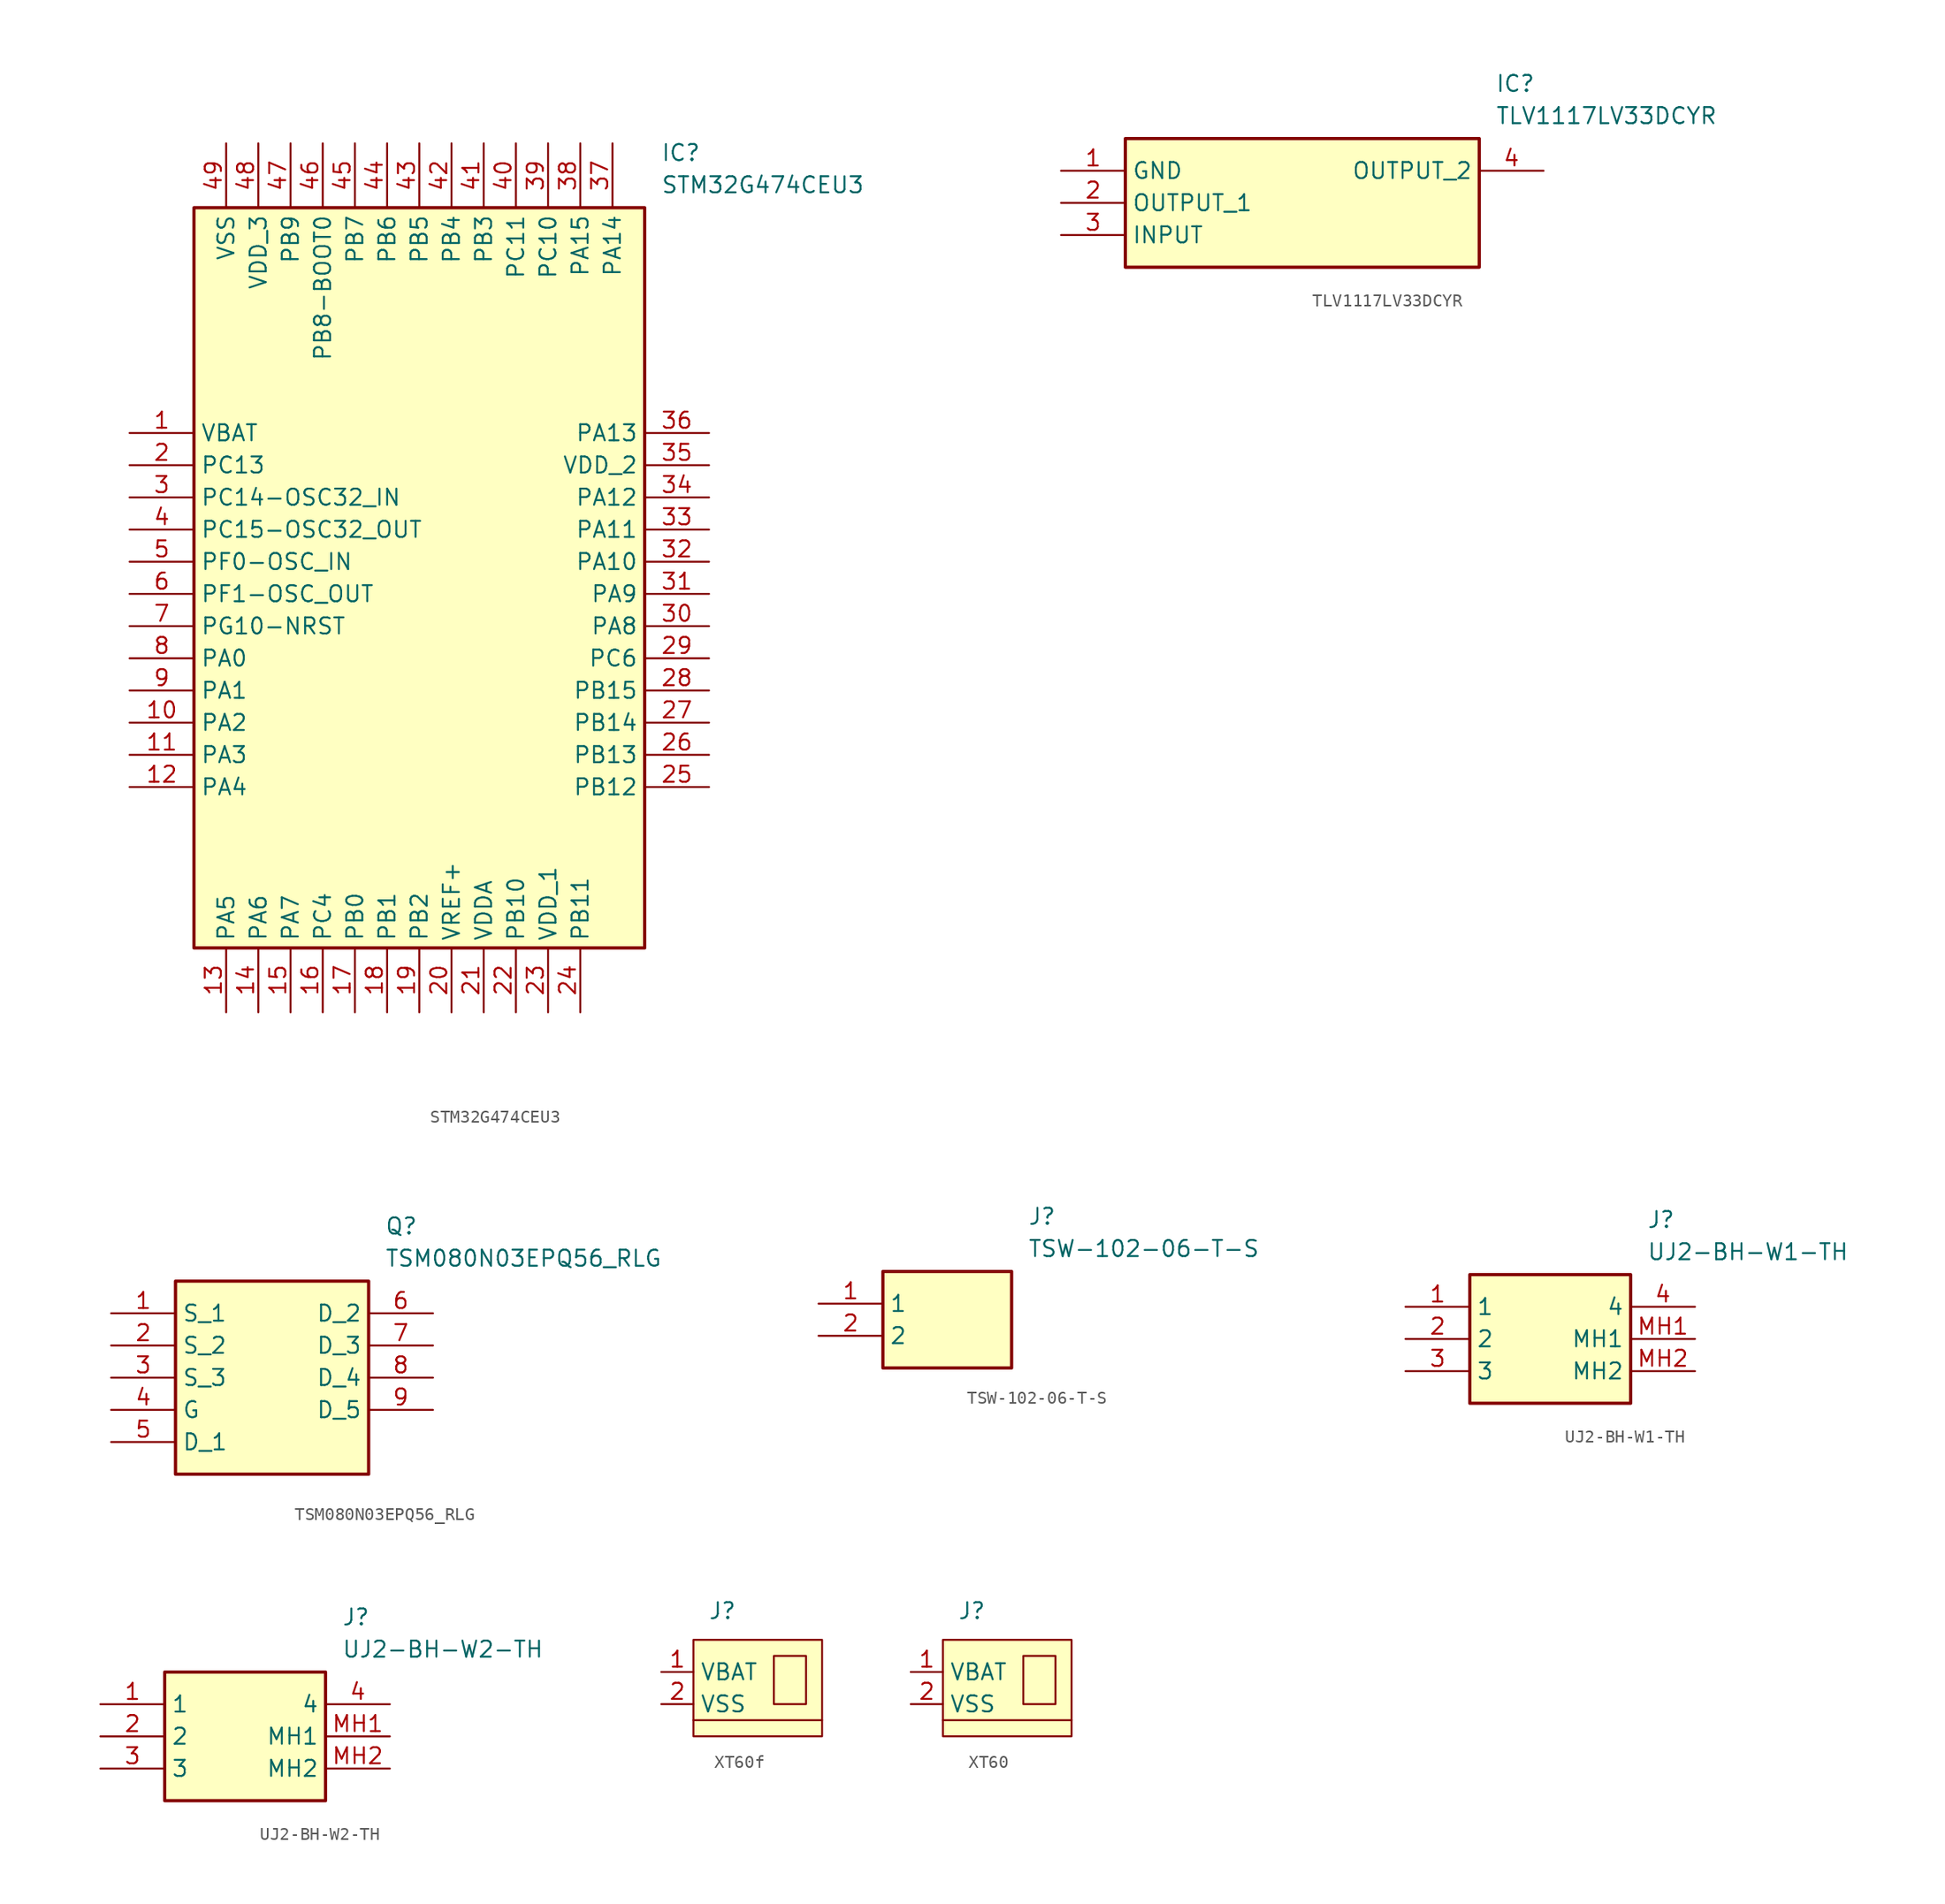
<source format=kicad_sym>
(kicad_symbol_lib
  (version 20231120)
  (generator "kicad_symbol_editor")
  (generator_version "8.0")
  (symbol "STM32G474CEU3"
    (property "Reference" "IC"
      (at 41.91 22.86 0)
      (effects (font (size 1.27 1.27)) (justify left top)))
    (property "Value" "STM32G474CEU3"
      (at 41.91 20.32 0)
      (effects (font (size 1.27 1.27)) (justify left top)))
    (symbol "STM32G474CEU3_1_1"
      (rectangle (start 5.08 17.78) (end 40.64 -40.64) (stroke (width 0.254) (type default)) (fill (type background)))
      (pin passive line (at 0 0 0) (length 5.08) (name "VBAT" (effects (font (size 1.27 1.27)))) (number "1" (effects (font (size 1.27 1.27)))))
      (pin passive line (at 0 -22.86 0) (length 5.08) (name "PA2" (effects (font (size 1.27 1.27)))) (number "10" (effects (font (size 1.27 1.27)))))
      (pin passive line (at 0 -25.4 0) (length 5.08) (name "PA3" (effects (font (size 1.27 1.27)))) (number "11" (effects (font (size 1.27 1.27)))))
      (pin passive line (at 0 -27.94 0) (length 5.08) (name "PA4" (effects (font (size 1.27 1.27)))) (number "12" (effects (font (size 1.27 1.27)))))
      (pin passive line (at 7.62 -45.72 90) (length 5.08) (name "PA5" (effects (font (size 1.27 1.27)))) (number "13" (effects (font (size 1.27 1.27)))))
      (pin passive line (at 10.16 -45.72 90) (length 5.08) (name "PA6" (effects (font (size 1.27 1.27)))) (number "14" (effects (font (size 1.27 1.27)))))
      (pin passive line (at 12.7 -45.72 90) (length 5.08) (name "PA7" (effects (font (size 1.27 1.27)))) (number "15" (effects (font (size 1.27 1.27)))))
      (pin passive line (at 15.24 -45.72 90) (length 5.08) (name "PC4" (effects (font (size 1.27 1.27)))) (number "16" (effects (font (size 1.27 1.27)))))
      (pin passive line (at 17.78 -45.72 90) (length 5.08) (name "PB0" (effects (font (size 1.27 1.27)))) (number "17" (effects (font (size 1.27 1.27)))))
      (pin passive line (at 20.32 -45.72 90) (length 5.08) (name "PB1" (effects (font (size 1.27 1.27)))) (number "18" (effects (font (size 1.27 1.27)))))
      (pin passive line (at 22.86 -45.72 90) (length 5.08) (name "PB2" (effects (font (size 1.27 1.27)))) (number "19" (effects (font (size 1.27 1.27)))))
      (pin passive line (at 0 -2.54 0) (length 5.08) (name "PC13" (effects (font (size 1.27 1.27)))) (number "2" (effects (font (size 1.27 1.27)))))
      (pin passive line (at 25.4 -45.72 90) (length 5.08) (name "VREF+" (effects (font (size 1.27 1.27)))) (number "20" (effects (font (size 1.27 1.27)))))
      (pin passive line (at 27.94 -45.72 90) (length 5.08) (name "VDDA" (effects (font (size 1.27 1.27)))) (number "21" (effects (font (size 1.27 1.27)))))
      (pin passive line (at 30.48 -45.72 90) (length 5.08) (name "PB10" (effects (font (size 1.27 1.27)))) (number "22" (effects (font (size 1.27 1.27)))))
      (pin passive line (at 33.02 -45.72 90) (length 5.08) (name "VDD_1" (effects (font (size 1.27 1.27)))) (number "23" (effects (font (size 1.27 1.27)))))
      (pin passive line (at 35.56 -45.72 90) (length 5.08) (name "PB11" (effects (font (size 1.27 1.27)))) (number "24" (effects (font (size 1.27 1.27)))))
      (pin passive line (at 45.72 -27.94 180) (length 5.08) (name "PB12" (effects (font (size 1.27 1.27)))) (number "25" (effects (font (size 1.27 1.27)))))
      (pin passive line (at 45.72 -25.4 180) (length 5.08) (name "PB13" (effects (font (size 1.27 1.27)))) (number "26" (effects (font (size 1.27 1.27)))))
      (pin passive line (at 45.72 -22.86 180) (length 5.08) (name "PB14" (effects (font (size 1.27 1.27)))) (number "27" (effects (font (size 1.27 1.27)))))
      (pin passive line (at 45.72 -20.32 180) (length 5.08) (name "PB15" (effects (font (size 1.27 1.27)))) (number "28" (effects (font (size 1.27 1.27)))))
      (pin passive line (at 45.72 -17.78 180) (length 5.08) (name "PC6" (effects (font (size 1.27 1.27)))) (number "29" (effects (font (size 1.27 1.27)))))
      (pin passive line (at 0 -5.08 0) (length 5.08) (name "PC14-OSC32_IN" (effects (font (size 1.27 1.27)))) (number "3" (effects (font (size 1.27 1.27)))))
      (pin passive line (at 45.72 -15.24 180) (length 5.08) (name "PA8" (effects (font (size 1.27 1.27)))) (number "30" (effects (font (size 1.27 1.27)))))
      (pin passive line (at 45.72 -12.7 180) (length 5.08) (name "PA9" (effects (font (size 1.27 1.27)))) (number "31" (effects (font (size 1.27 1.27)))))
      (pin passive line (at 45.72 -10.16 180) (length 5.08) (name "PA10" (effects (font (size 1.27 1.27)))) (number "32" (effects (font (size 1.27 1.27)))))
      (pin passive line (at 45.72 -7.62 180) (length 5.08) (name "PA11" (effects (font (size 1.27 1.27)))) (number "33" (effects (font (size 1.27 1.27)))))
      (pin passive line (at 45.72 -5.08 180) (length 5.08) (name "PA12" (effects (font (size 1.27 1.27)))) (number "34" (effects (font (size 1.27 1.27)))))
      (pin passive line (at 45.72 -2.54 180) (length 5.08) (name "VDD_2" (effects (font (size 1.27 1.27)))) (number "35" (effects (font (size 1.27 1.27)))))
      (pin passive line (at 45.72 0 180) (length 5.08) (name "PA13" (effects (font (size 1.27 1.27)))) (number "36" (effects (font (size 1.27 1.27)))))
      (pin passive line (at 38.1 22.86 270) (length 5.08) (name "PA14" (effects (font (size 1.27 1.27)))) (number "37" (effects (font (size 1.27 1.27)))))
      (pin passive line (at 35.56 22.86 270) (length 5.08) (name "PA15" (effects (font (size 1.27 1.27)))) (number "38" (effects (font (size 1.27 1.27)))))
      (pin passive line (at 33.02 22.86 270) (length 5.08) (name "PC10" (effects (font (size 1.27 1.27)))) (number "39" (effects (font (size 1.27 1.27)))))
      (pin passive line (at 0 -7.62 0) (length 5.08) (name "PC15-OSC32_OUT" (effects (font (size 1.27 1.27)))) (number "4" (effects (font (size 1.27 1.27)))))
      (pin passive line (at 30.48 22.86 270) (length 5.08) (name "PC11" (effects (font (size 1.27 1.27)))) (number "40" (effects (font (size 1.27 1.27)))))
      (pin passive line (at 27.94 22.86 270) (length 5.08) (name "PB3" (effects (font (size 1.27 1.27)))) (number "41" (effects (font (size 1.27 1.27)))))
      (pin passive line (at 25.4 22.86 270) (length 5.08) (name "PB4" (effects (font (size 1.27 1.27)))) (number "42" (effects (font (size 1.27 1.27)))))
      (pin passive line (at 22.86 22.86 270) (length 5.08) (name "PB5" (effects (font (size 1.27 1.27)))) (number "43" (effects (font (size 1.27 1.27)))))
      (pin passive line (at 20.32 22.86 270) (length 5.08) (name "PB6" (effects (font (size 1.27 1.27)))) (number "44" (effects (font (size 1.27 1.27)))))
      (pin passive line (at 17.78 22.86 270) (length 5.08) (name "PB7" (effects (font (size 1.27 1.27)))) (number "45" (effects (font (size 1.27 1.27)))))
      (pin passive line (at 15.24 22.86 270) (length 5.08) (name "PB8-BOOT0" (effects (font (size 1.27 1.27)))) (number "46" (effects (font (size 1.27 1.27)))))
      (pin passive line (at 12.7 22.86 270) (length 5.08) (name "PB9" (effects (font (size 1.27 1.27)))) (number "47" (effects (font (size 1.27 1.27)))))
      (pin passive line (at 10.16 22.86 270) (length 5.08) (name "VDD_3" (effects (font (size 1.27 1.27)))) (number "48" (effects (font (size 1.27 1.27)))))
      (pin passive line (at 7.62 22.86 270) (length 5.08) (name "VSS" (effects (font (size 1.27 1.27)))) (number "49" (effects (font (size 1.27 1.27)))))
      (pin passive line (at 0 -10.16 0) (length 5.08) (name "PF0-OSC_IN" (effects (font (size 1.27 1.27)))) (number "5" (effects (font (size 1.27 1.27)))))
      (pin passive line (at 0 -12.7 0) (length 5.08) (name "PF1-OSC_OUT" (effects (font (size 1.27 1.27)))) (number "6" (effects (font (size 1.27 1.27)))))
      (pin passive line (at 0 -15.24 0) (length 5.08) (name "PG10-NRST" (effects (font (size 1.27 1.27)))) (number "7" (effects (font (size 1.27 1.27)))))
      (pin passive line (at 0 -17.78 0) (length 5.08) (name "PA0" (effects (font (size 1.27 1.27)))) (number "8" (effects (font (size 1.27 1.27)))))
      (pin passive line (at 0 -20.32 0) (length 5.08) (name "PA1" (effects (font (size 1.27 1.27)))) (number "9" (effects (font (size 1.27 1.27)))))))
  (symbol "TLV1117LV33DCYR"
    (property "Reference" "IC"
      (at 34.29 7.62 0)
      (effects (font (size 1.27 1.27)) (justify left top)))
    (property "Value" "TLV1117LV33DCYR"
      (at 34.29 5.08 0)
      (effects (font (size 1.27 1.27)) (justify left top)))
    (rectangle
      (start 5.08 2.54)
      (end 33.02 -7.62)
      (stroke (width 0.254) (type default))
      (fill (type background)))
    (pin passive line
      (at 0 0 0)
      (length 5.08)
      (name "GND" (effects (font (size 1.27 1.27))))
      (number "1" (effects (font (size 1.27 1.27)))))
    (pin passive line
      (at 0 -2.54 0)
      (length 5.08)
      (name "OUTPUT_1" (effects (font (size 1.27 1.27))))
      (number "2" (effects (font (size 1.27 1.27)))))
    (pin passive line
      (at 0 -5.08 0)
      (length 5.08)
      (name "INPUT" (effects (font (size 1.27 1.27))))
      (number "3" (effects (font (size 1.27 1.27)))))
    (pin passive line
      (at 38.1 0 180)
      (length 5.08)
      (name "OUTPUT_2" (effects (font (size 1.27 1.27))))
      (number "4" (effects (font (size 1.27 1.27))))))
  (symbol "TSM080N03EPQ56_RLG"
    (property "Reference" "Q"
      (at 21.59 7.62 0)
      (effects (font (size 1.27 1.27)) (justify left top)))
    (property "Value" "TSM080N03EPQ56_RLG"
      (at 21.59 5.08 0)
      (effects (font (size 1.27 1.27)) (justify left top)))
    (rectangle
      (start 5.08 2.54)
      (end 20.32 -12.7)
      (stroke (width 0.254) (type default))
      (fill (type background)))
    (pin passive line
      (at 0 0 0)
      (length 5.08)
      (name "S_1" (effects (font (size 1.27 1.27))))
      (number "1" (effects (font (size 1.27 1.27)))))
    (pin passive line
      (at 0 -2.54 0)
      (length 5.08)
      (name "S_2" (effects (font (size 1.27 1.27))))
      (number "2" (effects (font (size 1.27 1.27)))))
    (pin passive line
      (at 0 -5.08 0)
      (length 5.08)
      (name "S_3" (effects (font (size 1.27 1.27))))
      (number "3" (effects (font (size 1.27 1.27)))))
    (pin passive line
      (at 0 -7.62 0)
      (length 5.08)
      (name "G" (effects (font (size 1.27 1.27))))
      (number "4" (effects (font (size 1.27 1.27)))))
    (pin passive line
      (at 0 -10.16 0)
      (length 5.08)
      (name "D_1" (effects (font (size 1.27 1.27))))
      (number "5" (effects (font (size 1.27 1.27)))))
    (pin passive line
      (at 25.4 0 180)
      (length 5.08)
      (name "D_2" (effects (font (size 1.27 1.27))))
      (number "6" (effects (font (size 1.27 1.27)))))
    (pin passive line
      (at 25.4 -2.54 180)
      (length 5.08)
      (name "D_3" (effects (font (size 1.27 1.27))))
      (number "7" (effects (font (size 1.27 1.27)))))
    (pin passive line
      (at 25.4 -5.08 180)
      (length 5.08)
      (name "D_4" (effects (font (size 1.27 1.27))))
      (number "8" (effects (font (size 1.27 1.27)))))
    (pin passive line
      (at 25.4 -7.62 180)
      (length 5.08)
      (name "D_5" (effects (font (size 1.27 1.27))))
      (number "9" (effects (font (size 1.27 1.27))))))
  (symbol "TSW-102-06-T-S"
    (property "Reference" "J"
      (at 16.51 7.62 0)
      (effects (font (size 1.27 1.27)) (justify left top)))
    (property "Value" "TSW-102-06-T-S"
      (at 16.51 5.08 0)
      (effects (font (size 1.27 1.27)) (justify left top)))
    (symbol "TSW-102-06-T-S_1_1"
      (rectangle (start 5.08 2.54) (end 15.24 -5.08) (stroke (width 0.254) (type default)) (fill (type background)))
      (pin passive line (at 0 0 0) (length 5.08) (name "1" (effects (font (size 1.27 1.27)))) (number "1" (effects (font (size 1.27 1.27)))))
      (pin passive line (at 0 -2.54 0) (length 5.08) (name "2" (effects (font (size 1.27 1.27)))) (number "2" (effects (font (size 1.27 1.27)))))))
  (symbol "UJ2-BH-W1-TH"
    (property "Reference" "J"
      (at 19.05 7.62 0)
      (effects (font (size 1.27 1.27)) (justify left top)))
    (property "Value" "UJ2-BH-W1-TH"
      (at 19.05 5.08 0)
      (effects (font (size 1.27 1.27)) (justify left top)))
    (symbol "UJ2-BH-W1-TH_1_1"
      (rectangle (start 5.08 2.54) (end 17.78 -7.62) (stroke (width 0.254) (type default)) (fill (type background)))
      (pin passive line (at 0 0 0) (length 5.08) (name "1" (effects (font (size 1.27 1.27)))) (number "1" (effects (font (size 1.27 1.27)))))
      (pin passive line (at 0 -2.54 0) (length 5.08) (name "2" (effects (font (size 1.27 1.27)))) (number "2" (effects (font (size 1.27 1.27)))))
      (pin passive line (at 0 -5.08 0) (length 5.08) (name "3" (effects (font (size 1.27 1.27)))) (number "3" (effects (font (size 1.27 1.27)))))
      (pin passive line (at 22.86 0 180) (length 5.08) (name "4" (effects (font (size 1.27 1.27)))) (number "4" (effects (font (size 1.27 1.27)))))
      (pin passive line (at 22.86 -2.54 180) (length 5.08) (name "MH1" (effects (font (size 1.27 1.27)))) (number "MH1" (effects (font (size 1.27 1.27)))))
      (pin passive line (at 22.86 -5.08 180) (length 5.08) (name "MH2" (effects (font (size 1.27 1.27)))) (number "MH2" (effects (font (size 1.27 1.27)))))))
  (symbol "UJ2-BH-W2-TH"
    (property "Reference" "J"
      (at 19.05 7.62 0)
      (effects (font (size 1.27 1.27)) (justify left top)))
    (property "Value" "UJ2-BH-W2-TH"
      (at 19.05 5.08 0)
      (effects (font (size 1.27 1.27)) (justify left top)))
    (symbol "UJ2-BH-W2-TH_1_1"
      (rectangle (start 5.08 2.54) (end 17.78 -7.62) (stroke (width 0.254) (type default)) (fill (type background)))
      (pin passive line (at 0 0 0) (length 5.08) (name "1" (effects (font (size 1.27 1.27)))) (number "1" (effects (font (size 1.27 1.27)))))
      (pin passive line (at 0 -2.54 0) (length 5.08) (name "2" (effects (font (size 1.27 1.27)))) (number "2" (effects (font (size 1.27 1.27)))))
      (pin passive line (at 0 -5.08 0) (length 5.08) (name "3" (effects (font (size 1.27 1.27)))) (number "3" (effects (font (size 1.27 1.27)))))
      (pin passive line (at 22.86 0 180) (length 5.08) (name "4" (effects (font (size 1.27 1.27)))) (number "4" (effects (font (size 1.27 1.27)))))
      (pin passive line (at 22.86 -2.54 180) (length 5.08) (name "MH1" (effects (font (size 1.27 1.27)))) (number "MH1" (effects (font (size 1.27 1.27)))))
      (pin passive line (at 22.86 -5.08 180) (length 5.08) (name "MH2" (effects (font (size 1.27 1.27)))) (number "MH2" (effects (font (size 1.27 1.27)))))))
  (symbol "XT60f"
    (property "Reference" "J"
      (at -0.254 6.096 0)
      (effects (font (size 1.27 1.27))))
    (property "Value" ""
      (at 0 0 0)
      (effects (font (size 1.27 1.27))))
    (symbol "XT60f_0_1"
      (polyline (pts (xy -2.54 -2.54) (xy 7.62 -2.54)) (stroke (width 0) (type default)) (fill (type none)))
      (polyline (pts (xy 3.81 2.54) (xy 6.35 2.54) (xy 6.35 -1.27) (xy 3.81 -1.27) (xy 3.81 2.54)) (stroke (width 0) (type default)) (fill (type none))))
    (symbol "XT60f_1_1"
      (rectangle (start -2.54 3.81) (end 7.62 -3.81) (stroke (width 0) (type default)) (fill (type background)))
      (pin bidirectional line (at -5.08 1.27 0) (length 2.54) (name "VBAT" (effects (font (size 1.27 1.27)))) (number "1" (effects (font (size 1.27 1.27)))))
      (pin bidirectional line (at -5.08 -1.27 0) (length 2.54) (name "VSS" (effects (font (size 1.27 1.27)))) (number "2" (effects (font (size 1.27 1.27)))))))
  (symbol "XT60"
    (property "Reference" "J"
      (at -0.254 6.096 0)
      (effects (font (size 1.27 1.27))))
    (property "Value" ""
      (at 0 0 0)
      (effects (font (size 1.27 1.27))))
    (symbol "XT60_0_1"
      (polyline (pts (xy -2.54 -2.54) (xy 7.62 -2.54)) (stroke (width 0) (type default)) (fill (type none)))
      (polyline (pts (xy 3.81 2.54) (xy 6.35 2.54) (xy 6.35 -1.27) (xy 3.81 -1.27) (xy 3.81 2.54)) (stroke (width 0) (type default)) (fill (type none))))
    (symbol "XT60_1_1"
      (rectangle (start -2.54 3.81) (end 7.62 -3.81) (stroke (width 0) (type default)) (fill (type background)))
      (pin bidirectional line (at -5.08 1.27 0) (length 2.54) (name "VBAT" (effects (font (size 1.27 1.27)))) (number "1" (effects (font (size 1.27 1.27)))))
      (pin bidirectional line (at -5.08 -1.27 0) (length 2.54) (name "VSS" (effects (font (size 1.27 1.27)))) (number "2" (effects (font (size 1.27 1.27))))))))
</source>
